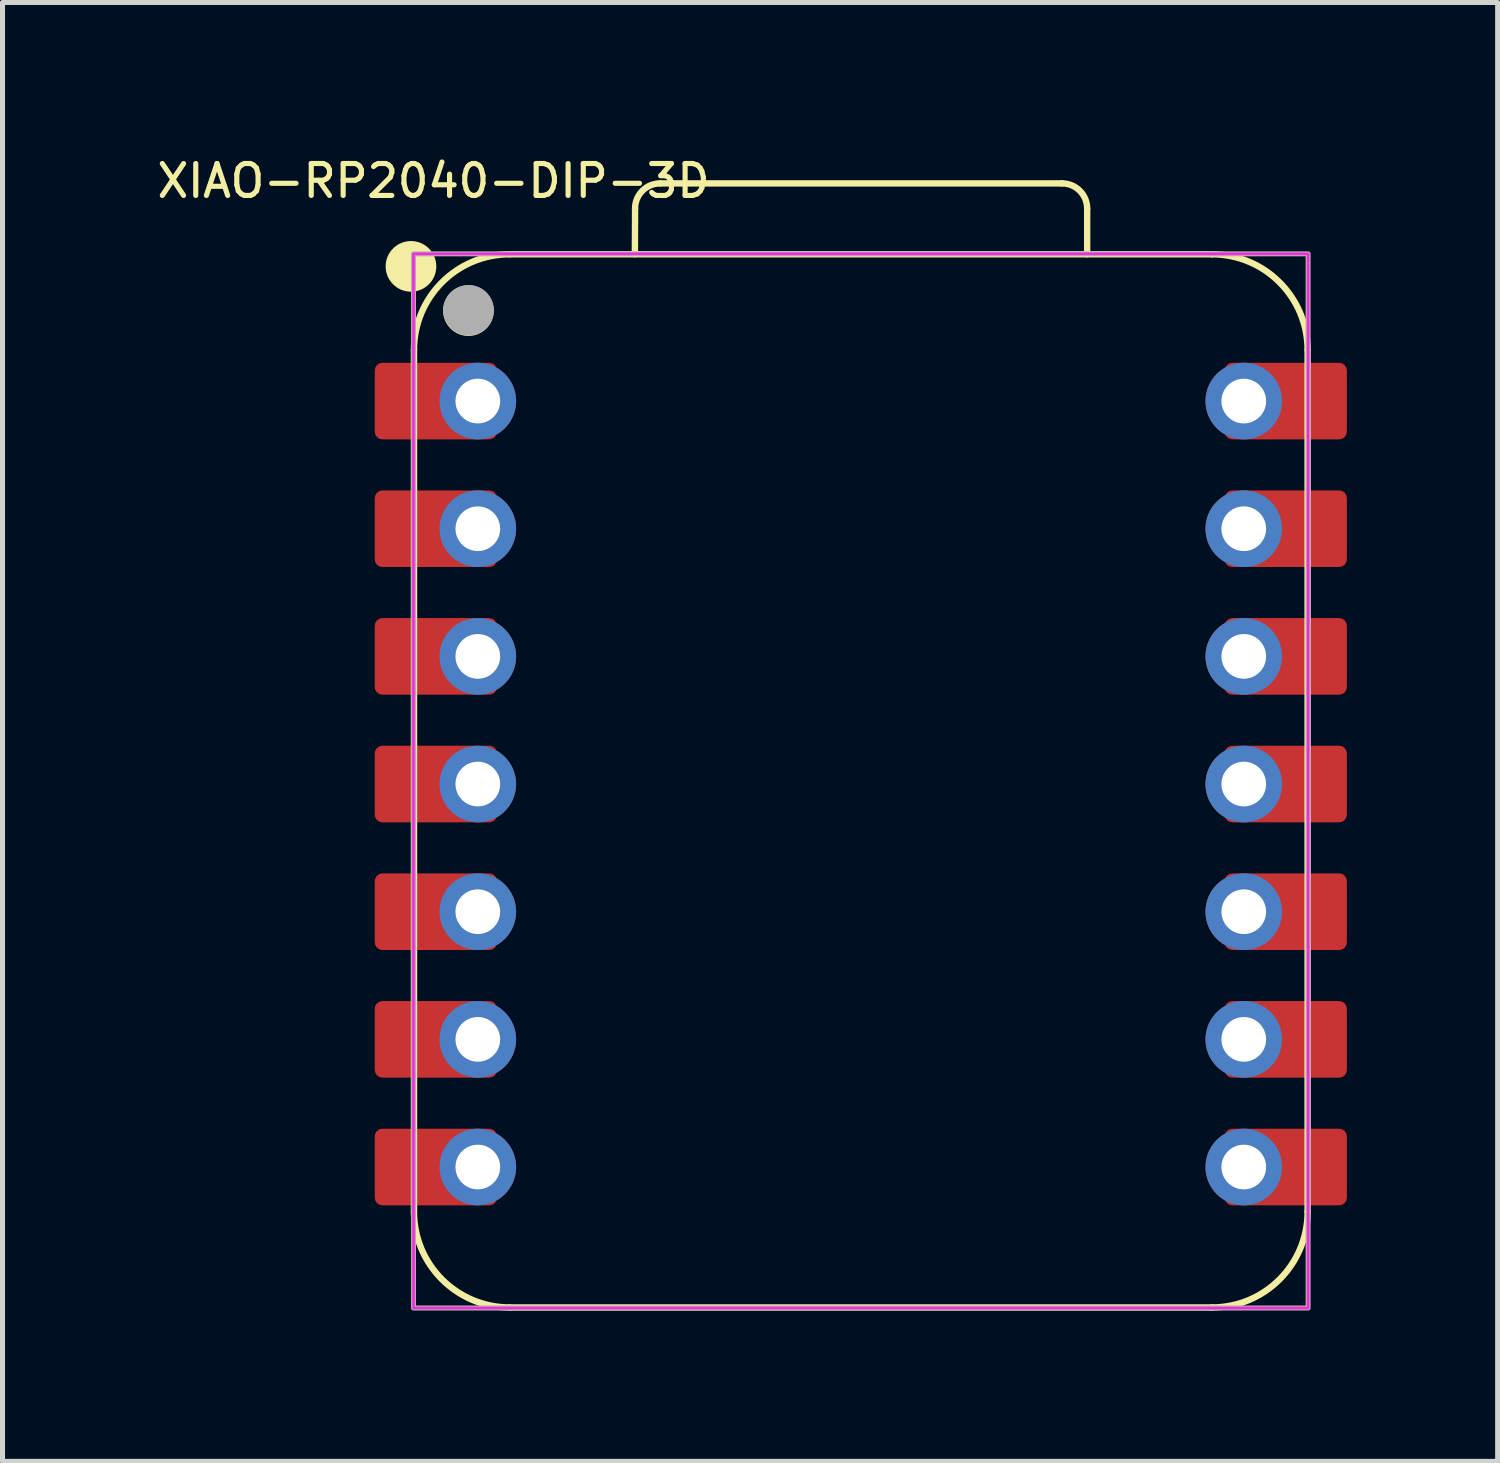
<source format=kicad_pcb>
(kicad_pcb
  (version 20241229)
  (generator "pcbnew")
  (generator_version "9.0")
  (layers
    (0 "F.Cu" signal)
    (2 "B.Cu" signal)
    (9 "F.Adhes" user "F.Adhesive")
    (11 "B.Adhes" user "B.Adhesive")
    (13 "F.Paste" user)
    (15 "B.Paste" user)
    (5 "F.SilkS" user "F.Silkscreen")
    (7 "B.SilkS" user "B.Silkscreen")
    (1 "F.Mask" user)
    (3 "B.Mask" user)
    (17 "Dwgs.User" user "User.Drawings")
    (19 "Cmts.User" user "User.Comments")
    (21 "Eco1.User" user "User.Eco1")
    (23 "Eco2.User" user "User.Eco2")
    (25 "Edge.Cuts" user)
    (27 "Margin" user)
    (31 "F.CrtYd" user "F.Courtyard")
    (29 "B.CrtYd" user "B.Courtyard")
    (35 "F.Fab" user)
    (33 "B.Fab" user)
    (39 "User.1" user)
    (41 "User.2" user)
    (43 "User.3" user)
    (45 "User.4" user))
  (footprint "XIAO-RP2040-DIP-3D"
    (layer "F.Cu")
    (at 14.077 12.55)
    (property "Reference" "XIAO-RP2040-DIP-3D" (at -8.5 -12 0) (unlocked yes) (layer "F.SilkS") (effects (font (size 0.635 0.635) (thickness 0.102))))
    (attr smd)
    (fp_line (start -8.89 8.509) (end -8.89 -8.636) (stroke (width 0.127) (type solid)) (layer "F.SilkS"))
    (fp_line (start -6.985 10.414) (end 6.985 10.414) (stroke (width 0.127) (type solid)) (layer "F.SilkS"))
    (fp_line (start -4.495 -10.541) (end -4.491 -11.451) (stroke (width 0.127) (type solid)) (layer "F.SilkS"))
    (fp_line (start -3.991 -11.951) (end 4.004 -11.951) (stroke (width 0.127) (type solid)) (layer "F.SilkS"))
    (fp_line (start 4.504 -11.451) (end 4.504 -10.541) (stroke (width 0.127) (type solid)) (layer "F.SilkS"))
    (fp_line (start 6.985 -10.541) (end -6.985 -10.541) (stroke (width 0.1) (type solid)) (layer "F.SilkS"))
    (fp_line (start 6.985 -10.541) (end -6.985 -10.541) (stroke (width 0.127) (type solid)) (layer "F.SilkS"))
    (fp_line (start 8.89 8.509) (end 8.89 -8.636) (stroke (width 0.127) (type solid)) (layer "F.SilkS"))
    (fp_arc (start -8.89 -8.636) (mid -8.332038 -9.983038) (end -6.985 -10.541) (stroke (width 0.127) (type solid)) (layer "F.SilkS"))
    (fp_arc (start -6.985 10.414) (mid -8.332038 9.856038) (end -8.89 8.509) (stroke (width 0.127) (type solid)) (layer "F.SilkS"))
    (fp_arc (start -4.491272 -11.451272) (mid -4.344728 -11.80464) (end -3.991272 -11.951) (stroke (width 0.127) (type default)) (layer "F.SilkS"))
    (fp_arc (start 4.004 -11.951) (mid 4.357553 -11.804553) (end 4.504 -11.451) (stroke (width 0.127) (type default)) (layer "F.SilkS"))
    (fp_arc (start 6.985 -10.541) (mid 8.332038 -9.983038) (end 8.89 -8.636) (stroke (width 0.127) (type solid)) (layer "F.SilkS"))
    (fp_arc (start 8.89 8.509) (mid 8.332038 9.856038) (end 6.985 10.414) (stroke (width 0.127) (type solid)) (layer "F.SilkS"))
    (fp_circle (center -8.95 -10.3) (end -8.95 -10.554) (stroke (width 0.5) (type solid)) (fill yes) (layer "F.SilkS"))
    (fp_circle (center -7.807 -9.42) (end -7.807 -9.674) (stroke (width 0.5) (type solid)) (fill yes) (layer "F.SilkS"))
    (fp_rect (start -8.9 -10.55) (end 8.9 10.425) (stroke (width 0.05) (type default)) (fill no) (layer "F.CrtYd"))
    (fp_rect (start -8.9 -10.55) (end 8.9 10.425) (stroke (width 0.1) (type default)) (fill no) (layer "F.Fab"))
    (fp_circle (center -7.804 -9.426) (end -7.804 -9.68) (stroke (width 0.5) (type solid)) (fill no) (layer "F.Fab"))
    (pad "1" smd roundrect (at -8.455 -7.62 180) (size 2.432 1.524) (layers "F.Cu" "F.Mask") (roundrect_rratio 0.1))
    (pad "1" thru_hole circle (at -7.62 -7.62 180) (size 1.524 1.524) (drill 0.889) (layers "*.Cu" "*.Mask"))
    (pad "2" smd roundrect (at -8.455 -5.08 180) (size 2.432 1.524) (layers "F.Cu" "F.Mask") (roundrect_rratio 0.1))
    (pad "2" thru_hole circle (at -7.62 -5.08 180) (size 1.524 1.524) (drill 0.889) (layers "*.Cu" "*.Mask"))
    (pad "3" smd roundrect (at -8.455 -2.54 180) (size 2.432 1.524) (layers "F.Cu" "F.Mask") (roundrect_rratio 0.1))
    (pad "3" thru_hole circle (at -7.62 -2.54 180) (size 1.524 1.524) (drill 0.889) (layers "*.Cu" "*.Mask"))
    (pad "4" smd roundrect (at -8.455 0 180) (size 2.432 1.524) (layers "F.Cu" "F.Mask") (roundrect_rratio 0.1))
    (pad "4" thru_hole circle (at -7.62 0 180) (size 1.524 1.524) (drill 0.889) (layers "*.Cu" "*.Mask"))
    (pad "5" smd roundrect (at -8.455 2.54 180) (size 2.432 1.524) (layers "F.Cu" "F.Mask") (roundrect_rratio 0.1))
    (pad "5" thru_hole circle (at -7.62 2.54 180) (size 1.524 1.524) (drill 0.889) (layers "*.Cu" "*.Mask"))
    (pad "6" smd roundrect (at -8.455 5.08 180) (size 2.432 1.524) (layers "F.Cu" "F.Mask") (roundrect_rratio 0.1))
    (pad "6" thru_hole circle (at -7.62 5.08 180) (size 1.524 1.524) (drill 0.889) (layers "*.Cu" "*.Mask"))
    (pad "7" smd roundrect (at -8.455 7.62 180) (size 2.432 1.524) (layers "F.Cu" "F.Mask") (roundrect_rratio 0.1))
    (pad "7" thru_hole circle (at -7.62 7.62 180) (size 1.524 1.524) (drill 0.889) (layers "*.Cu" "*.Mask"))
    (pad "8" thru_hole circle (at 7.62 7.62) (size 1.524 1.524) (drill 0.889) (layers "*.Cu" "*.Mask"))
    (pad "8" smd roundrect (at 8.455 7.62) (size 2.432 1.524) (layers "F.Cu" "F.Mask") (roundrect_rratio 0.1))
    (pad "9" thru_hole circle (at 7.62 5.08) (size 1.524 1.524) (drill 0.889) (layers "*.Cu" "*.Mask"))
    (pad "9" smd roundrect (at 8.455 5.08) (size 2.432 1.524) (layers "F.Cu" "F.Mask") (roundrect_rratio 0.1))
    (pad "10" thru_hole circle (at 7.62 2.54) (size 1.524 1.524) (drill 0.889) (layers "*.Cu" "*.Mask"))
    (pad "10" smd roundrect (at 8.455 2.54) (size 2.432 1.524) (layers "F.Cu" "F.Mask") (roundrect_rratio 0.1))
    (pad "11" thru_hole circle (at 7.62 0) (size 1.524 1.524) (drill 0.889) (layers "*.Cu" "*.Mask"))
    (pad "11" smd roundrect (at 8.455 0) (size 2.432 1.524) (layers "F.Cu" "F.Mask") (roundrect_rratio 0.1))
    (pad "12" thru_hole circle (at 7.62 -2.54) (size 1.524 1.524) (drill 0.889) (layers "*.Cu" "*.Mask"))
    (pad "12" smd roundrect (at 8.455 -2.54) (size 2.432 1.524) (layers "F.Cu" "F.Mask") (roundrect_rratio 0.1))
    (pad "13" thru_hole circle (at 7.62 -5.08) (size 1.524 1.524) (drill 0.889) (layers "*.Cu" "*.Mask"))
    (pad "13" smd roundrect (at 8.455 -5.08) (size 2.432 1.524) (layers "F.Cu" "F.Mask") (roundrect_rratio 0.1))
    (pad "14" thru_hole circle (at 7.62 -7.62) (size 1.524 1.524) (drill 0.889) (layers "*.Cu" "*.Mask"))
    (pad "14" smd roundrect (at 8.455 -7.62) (size 2.432 1.524) (layers "F.Cu" "F.Mask") (roundrect_rratio 0.1)))
  (gr_rect
    (start -3 -3)
    (end 26.748 26.027)
    (stroke (width 0.1) (type default))
    (fill no)
    (layer "Edge.Cuts")))
</source>
